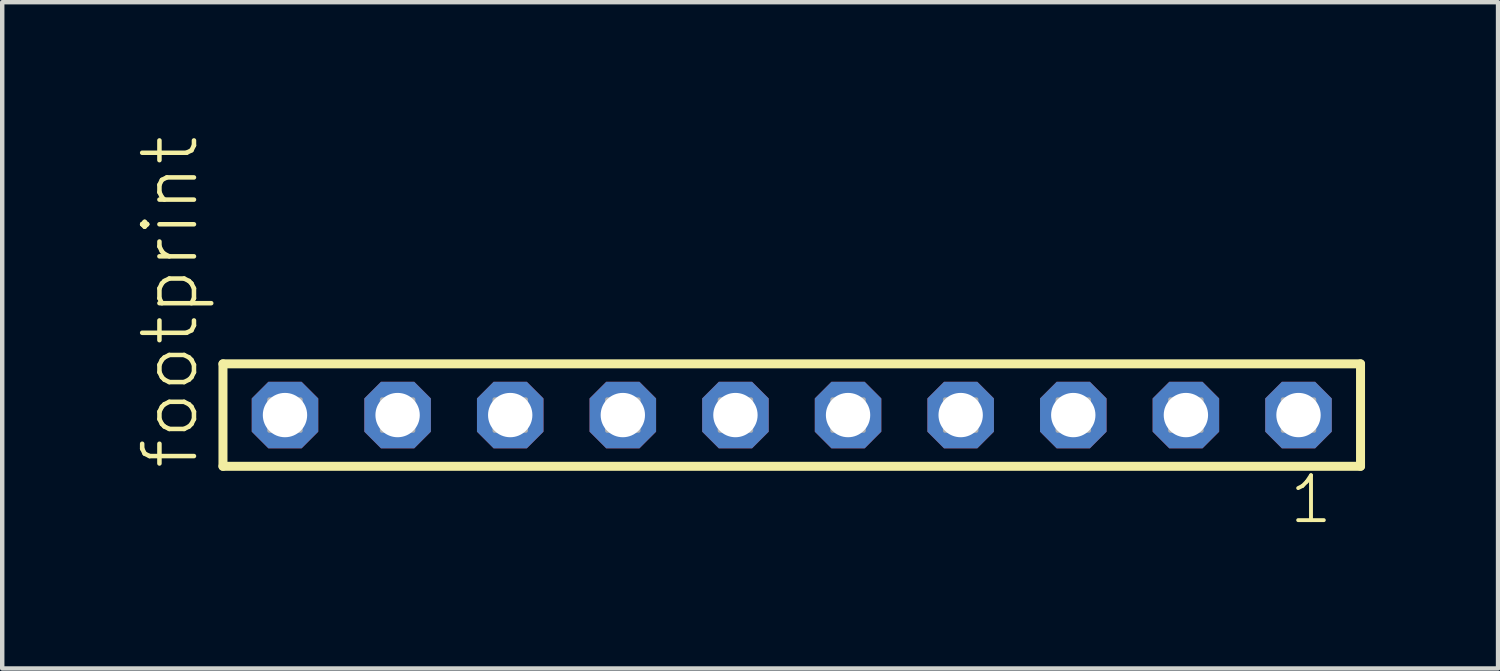
<source format=kicad_pcb>
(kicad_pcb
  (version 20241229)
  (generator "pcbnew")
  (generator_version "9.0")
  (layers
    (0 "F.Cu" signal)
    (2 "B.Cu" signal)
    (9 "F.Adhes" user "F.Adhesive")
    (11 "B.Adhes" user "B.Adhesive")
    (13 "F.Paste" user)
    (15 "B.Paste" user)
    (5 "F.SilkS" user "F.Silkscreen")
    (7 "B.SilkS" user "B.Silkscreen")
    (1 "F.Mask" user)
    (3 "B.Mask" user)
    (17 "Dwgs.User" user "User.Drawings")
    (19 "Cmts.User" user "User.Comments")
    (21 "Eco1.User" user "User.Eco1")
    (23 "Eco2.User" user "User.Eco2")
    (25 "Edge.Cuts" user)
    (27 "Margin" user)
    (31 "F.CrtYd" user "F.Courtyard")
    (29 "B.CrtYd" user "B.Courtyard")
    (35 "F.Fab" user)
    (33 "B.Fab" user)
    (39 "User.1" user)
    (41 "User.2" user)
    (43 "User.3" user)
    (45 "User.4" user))
  (footprint "footprint"
    (layer "F.Cu")
    (at 14.808 6.312)
    (property "Reference" "footprint" (at -13.335 1.27 90) (layer "F.SilkS") (effects (font (size 1.168 1.168) (thickness 0.102)) (justify left bottom)))
    (fp_line (start -12.829 -1.155) (end 12.829 -1.155) (stroke (width 0.203) (type solid)) (layer "F.SilkS"))
    (fp_line (start -12.829 1.155) (end -12.829 -1.155) (stroke (width 0.203) (type solid)) (layer "F.SilkS"))
    (fp_line (start 12.829 -1.155) (end 12.829 1.155) (stroke (width 0.203) (type solid)) (layer "F.SilkS"))
    (fp_line (start 12.829 1.155) (end -12.829 1.155) (stroke (width 0.203) (type solid)) (layer "F.SilkS"))
    (fp_poly (pts (xy -11.78 0.35) (xy -11.08 0.35) (xy -11.08 -0.35) (xy -11.78 -0.35)) (stroke (width 0.1) (type solid)) (fill no) (layer "F.Fab"))
    (fp_poly (pts (xy -9.24 0.35) (xy -8.54 0.35) (xy -8.54 -0.35) (xy -9.24 -0.35)) (stroke (width 0.1) (type solid)) (fill no) (layer "F.Fab"))
    (fp_poly (pts (xy -6.7 0.35) (xy -6 0.35) (xy -6 -0.35) (xy -6.7 -0.35)) (stroke (width 0.1) (type solid)) (fill no) (layer "F.Fab"))
    (fp_poly (pts (xy -4.16 0.35) (xy -3.46 0.35) (xy -3.46 -0.35) (xy -4.16 -0.35)) (stroke (width 0.1) (type solid)) (fill no) (layer "F.Fab"))
    (fp_poly (pts (xy -1.62 0.35) (xy -0.92 0.35) (xy -0.92 -0.35) (xy -1.62 -0.35)) (stroke (width 0.1) (type solid)) (fill no) (layer "F.Fab"))
    (fp_poly (pts (xy 0.92 0.35) (xy 1.62 0.35) (xy 1.62 -0.35) (xy 0.92 -0.35)) (stroke (width 0.1) (type solid)) (fill no) (layer "F.Fab"))
    (fp_poly (pts (xy 3.46 0.35) (xy 4.16 0.35) (xy 4.16 -0.35) (xy 3.46 -0.35)) (stroke (width 0.1) (type solid)) (fill no) (layer "F.Fab"))
    (fp_poly (pts (xy 6 0.35) (xy 6.7 0.35) (xy 6.7 -0.35) (xy 6 -0.35)) (stroke (width 0.1) (type solid)) (fill no) (layer "F.Fab"))
    (fp_poly (pts (xy 8.54 0.35) (xy 9.24 0.35) (xy 9.24 -0.35) (xy 8.54 -0.35)) (stroke (width 0.1) (type solid)) (fill no) (layer "F.Fab"))
    (fp_poly (pts (xy 11.08 0.35) (xy 11.78 0.35) (xy 11.78 -0.35) (xy 11.08 -0.35)) (stroke (width 0.1) (type solid)) (fill no) (layer "F.Fab"))
    (fp_text user "1" (at 11.172 2.498 0) (layer "F.SilkS") (effects (font (size 1.012 1.012) (thickness 0.088)) (justify left bottom)))
    (pad "1" thru_hole roundrect (at 11.43 0 180) (size 1.5 1.5) (drill 1) (layers "*.Cu" "*.Mask") (roundrect_rratio 0.25) (chamfer_ratio 0.25) (chamfer top_left top_right bottom_left bottom_right))
    (pad "2" thru_hole roundrect (at 8.89 0 180) (size 1.5 1.5) (drill 1) (layers "*.Cu" "*.Mask") (roundrect_rratio 0.25) (chamfer_ratio 0.25) (chamfer top_left top_right bottom_left bottom_right))
    (pad "3" thru_hole roundrect (at 6.35 0 180) (size 1.5 1.5) (drill 1) (layers "*.Cu" "*.Mask") (roundrect_rratio 0.25) (chamfer_ratio 0.25) (chamfer top_left top_right bottom_left bottom_right))
    (pad "4" thru_hole roundrect (at 3.81 0 180) (size 1.5 1.5) (drill 1) (layers "*.Cu" "*.Mask") (roundrect_rratio 0.25) (chamfer_ratio 0.25) (chamfer top_left top_right bottom_left bottom_right))
    (pad "5" thru_hole roundrect (at 1.27 0 180) (size 1.5 1.5) (drill 1) (layers "*.Cu" "*.Mask") (roundrect_rratio 0.25) (chamfer_ratio 0.25) (chamfer top_left top_right bottom_left bottom_right))
    (pad "6" thru_hole roundrect (at -1.27 0 180) (size 1.5 1.5) (drill 1) (layers "*.Cu" "*.Mask") (roundrect_rratio 0.25) (chamfer_ratio 0.25) (chamfer top_left top_right bottom_left bottom_right))
    (pad "7" thru_hole roundrect (at -3.81 0 180) (size 1.5 1.5) (drill 1) (layers "*.Cu" "*.Mask") (roundrect_rratio 0.25) (chamfer_ratio 0.25) (chamfer top_left top_right bottom_left bottom_right))
    (pad "8" thru_hole roundrect (at -6.35 0 180) (size 1.5 1.5) (drill 1) (layers "*.Cu" "*.Mask") (roundrect_rratio 0.25) (chamfer_ratio 0.25) (chamfer top_left top_right bottom_left bottom_right))
    (pad "9" thru_hole roundrect (at -8.89 0 180) (size 1.5 1.5) (drill 1) (layers "*.Cu" "*.Mask") (roundrect_rratio 0.25) (chamfer_ratio 0.25) (chamfer top_left top_right bottom_left bottom_right))
    (pad "10" thru_hole roundrect (at -11.43 0 180) (size 1.5 1.5) (drill 1) (layers "*.Cu" "*.Mask") (roundrect_rratio 0.25) (chamfer_ratio 0.25) (chamfer top_left top_right bottom_left bottom_right)))
  (gr_rect
    (start -3 -3)
    (end 30.739 12.027)
    (stroke (width 0.1) (type default))
    (fill no)
    (layer "Edge.Cuts")))
</source>
